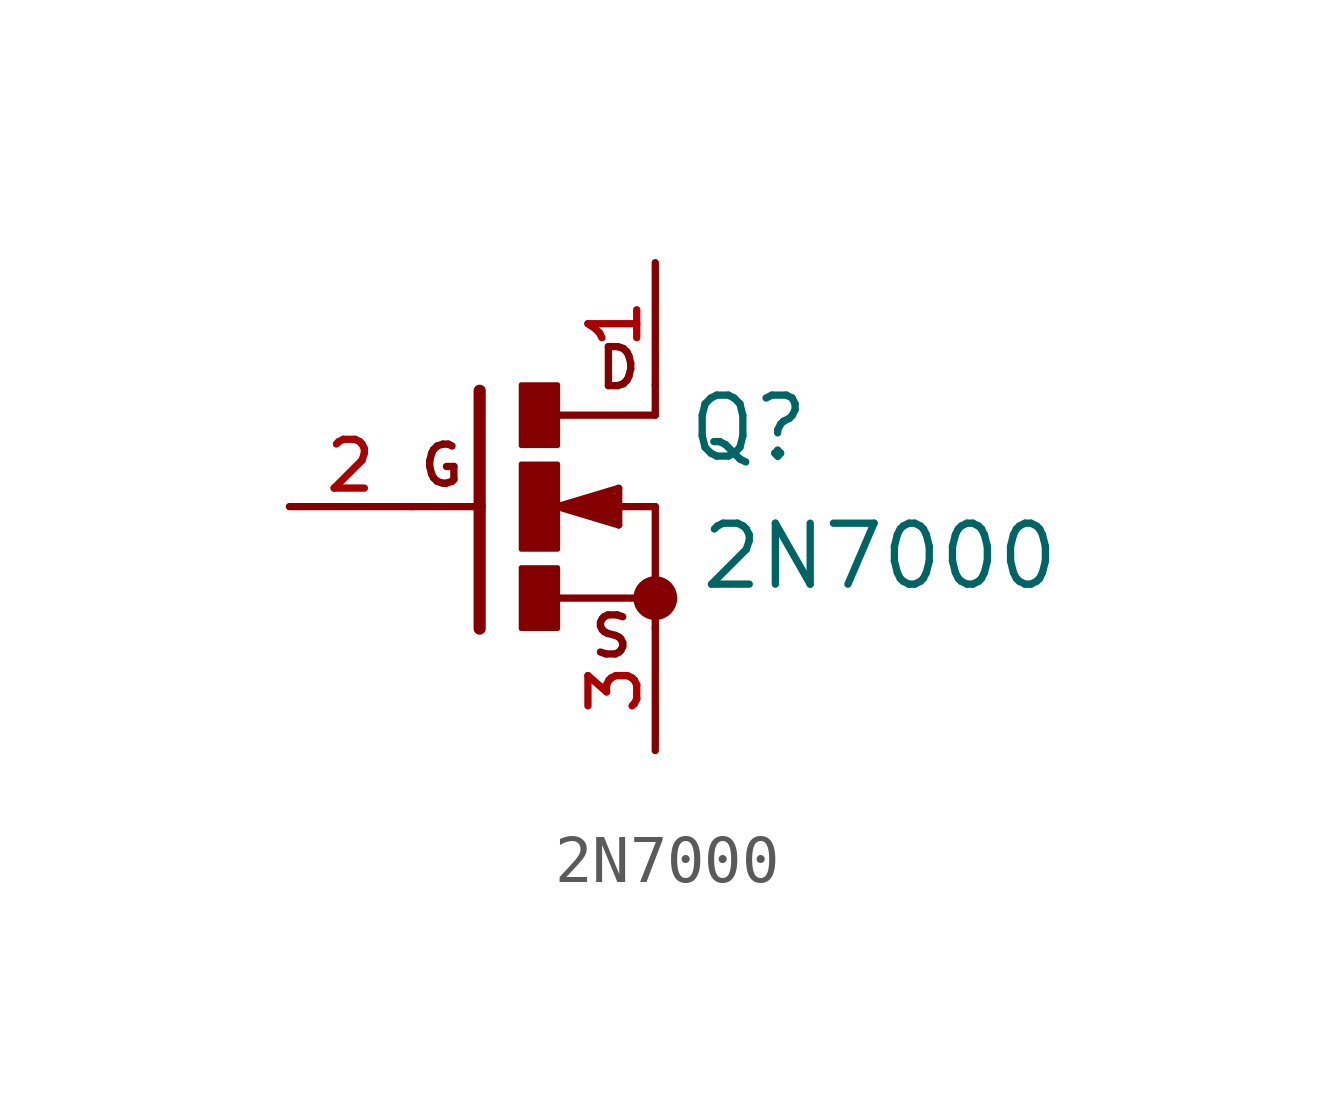
<source format=kicad_sym>
(kicad_symbol_lib
  (version 20211014)
  (generator kicad_symbol_editor)
  (symbol "2N7000"
    (pin_names
      (offset 1.016))
    (property "Reference" "Q"
      (at 3.175 0.889 0)
      (effects (font (size 1.27 1.27)) (justify bottom left)))
    (property "Value" "2N7000"
      (at 3.429 -1.778 0)
      (effects (font (size 1.27 1.27)) (justify bottom left)))
    (symbol "2N7000_0_0"
      (circle (center 2.54 -1.905) (radius 0.254) (stroke (width 0.406)) (fill (type none)))
      (rectangle (start -0.254 -2.54) (end 0.508 -1.27) (stroke (width 0.1)) (fill (type outline)))
      (rectangle (start -0.254 1.27) (end 0.508 2.54) (stroke (width 0.1)) (fill (type outline)))
      (rectangle (start -0.254 -0.889) (end 0.508 0.889) (stroke (width 0.1)) (fill (type outline)))
      (polyline (pts (xy -1.118 2.413) (xy -1.118 0.0)) (stroke (width 0.254)))
      (polyline (pts (xy 2.54 1.905) (xy 0.533 1.905)) (stroke (width 0.152)))
      (polyline (pts (xy 2.54 2.54) (xy 2.54 1.905)) (stroke (width 0.152)))
      (polyline (pts (xy 2.54 0.0) (xy 2.54 -1.905)) (stroke (width 0.152)))
      (polyline (pts (xy 0.508 0.0) (xy 1.778 0.381)) (stroke (width 0.152)))
      (polyline (pts (xy 1.778 0.381) (xy 1.778 -0.381)) (stroke (width 0.152)))
      (polyline (pts (xy 1.778 -0.381) (xy 0.508 0.0)) (stroke (width 0.152)))
      (polyline (pts (xy 0.508 0.0) (xy 1.143 0.0)) (stroke (width 0.152)))
      (polyline (pts (xy 1.143 0.0) (xy 2.54 0.0)) (stroke (width 0.152)))
      (polyline (pts (xy 0.508 -1.905) (xy 2.54 -1.905)) (stroke (width 0.152)))
      (polyline (pts (xy 2.54 -1.905) (xy 2.54 -2.54)) (stroke (width 0.152)))
      (polyline (pts (xy -1.118 0.0) (xy -2.54 0.0)) (stroke (width 0.152)))
      (polyline (pts (xy -1.118 0.0) (xy -1.118 -2.54)) (stroke (width 0.254)))
      (polyline (pts (xy 1.651 0.127) (xy 1.143 0.0)) (stroke (width 0.305)))
      (polyline (pts (xy 1.143 0.0) (xy 1.651 -0.127)) (stroke (width 0.305)))
      (text "D" (at 1.27 2.413 0) (effects (font (size 0.813 0.813)) (justify bottom left)))
      (text "S" (at 1.143 -3.175 0) (effects (font (size 0.813 0.813)) (justify bottom left)))
      (text "G" (at -2.413 0.381 0) (effects (font (size 0.813 0.813)) (justify bottom left)))
      (pin passive line (at 2.54 5.08 270.0) (length 2.54) (name "~" (effects (font (size 1.016 1.016)))) (number "1" (effects (font (size 1.016 1.016)))))
      (pin passive line (at -5.08 0.0 0) (length 2.54) (name "~" (effects (font (size 1.016 1.016)))) (number "2" (effects (font (size 1.016 1.016)))))
      (pin passive line (at 2.54 -5.08 90.0) (length 2.54) (name "~" (effects (font (size 1.016 1.016)))) (number "3" (effects (font (size 1.016 1.016))))))))
</source>
